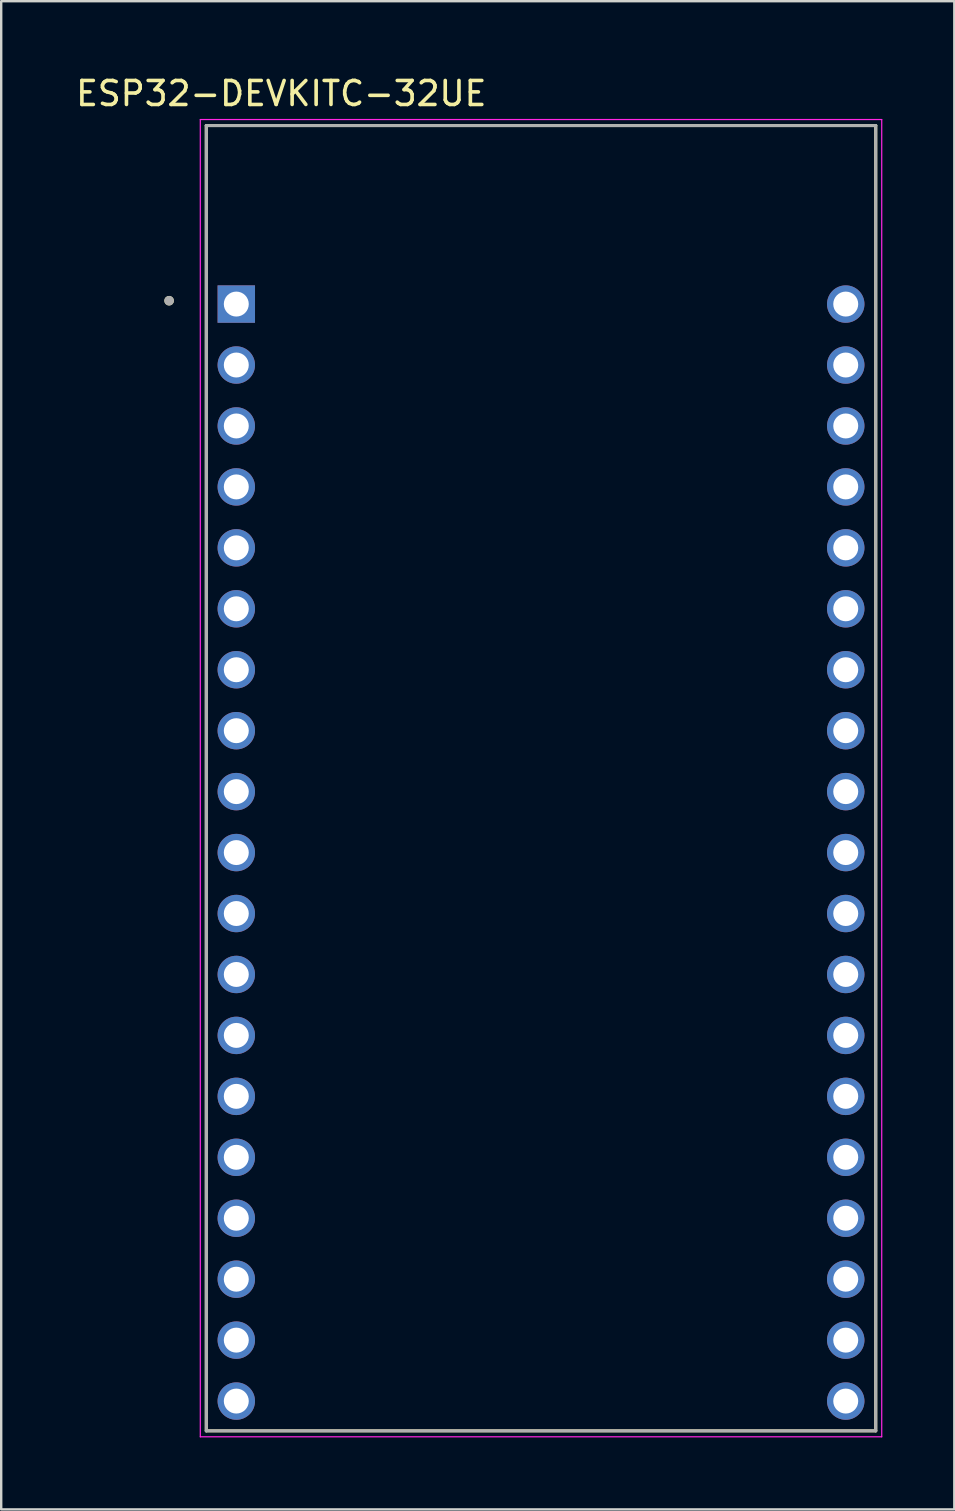
<source format=kicad_pcb>
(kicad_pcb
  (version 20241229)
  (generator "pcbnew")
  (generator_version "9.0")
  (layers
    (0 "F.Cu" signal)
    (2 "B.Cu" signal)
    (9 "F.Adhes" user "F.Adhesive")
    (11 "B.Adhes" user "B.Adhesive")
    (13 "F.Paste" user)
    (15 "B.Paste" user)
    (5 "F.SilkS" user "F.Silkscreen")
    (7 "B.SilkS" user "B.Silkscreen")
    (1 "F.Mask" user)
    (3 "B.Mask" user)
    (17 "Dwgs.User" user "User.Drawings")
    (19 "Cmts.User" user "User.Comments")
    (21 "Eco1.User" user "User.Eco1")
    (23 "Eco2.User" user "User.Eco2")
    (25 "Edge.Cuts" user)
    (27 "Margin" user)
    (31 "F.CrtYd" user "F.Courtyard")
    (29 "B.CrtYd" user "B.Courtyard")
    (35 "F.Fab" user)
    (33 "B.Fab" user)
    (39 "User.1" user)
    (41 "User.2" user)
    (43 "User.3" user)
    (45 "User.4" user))
  (footprint "ESP32-DEVKITC-32UE"
    (layer "F.Cu")
    (at 19.498 32.483)
    (property "Reference" "ESP32-DEVKITC-32UE" (at -10.825 -31.635 0) (layer "F.SilkS") (effects (font (size 1 1) (thickness 0.15))))
    (attr through_hole)
    (fp_line (start -13.95 -30.3) (end 13.95 -30.3) (stroke (width 0.127) (type solid)) (layer "F.SilkS"))
    (fp_line (start -13.95 24.1) (end -13.95 -30.3) (stroke (width 0.127) (type solid)) (layer "F.SilkS"))
    (fp_line (start 13.95 -30.3) (end 13.95 24.1) (stroke (width 0.127) (type solid)) (layer "F.SilkS"))
    (fp_line (start 13.95 24.1) (end -13.95 24.1) (stroke (width 0.127) (type solid)) (layer "F.SilkS"))
    (fp_circle (center -15.5 -23) (end -15.4 -23) (stroke (width 0.2) (type solid)) (fill no) (layer "F.SilkS"))
    (fp_line (start -14.2 -30.55) (end 14.2 -30.55) (stroke (width 0.05) (type solid)) (layer "F.CrtYd"))
    (fp_line (start -14.2 24.35) (end -14.2 -30.55) (stroke (width 0.05) (type solid)) (layer "F.CrtYd"))
    (fp_line (start 14.2 -30.55) (end 14.2 24.35) (stroke (width 0.05) (type solid)) (layer "F.CrtYd"))
    (fp_line (start 14.2 24.35) (end -14.2 24.35) (stroke (width 0.05) (type solid)) (layer "F.CrtYd"))
    (fp_line (start -13.95 -30.3) (end 13.95 -30.3) (stroke (width 0.127) (type solid)) (layer "F.Fab"))
    (fp_line (start -13.95 24.1) (end -13.95 -30.3) (stroke (width 0.127) (type solid)) (layer "F.Fab"))
    (fp_line (start 13.95 -30.3) (end 13.95 24.1) (stroke (width 0.127) (type solid)) (layer "F.Fab"))
    (fp_line (start 13.95 24.1) (end -13.95 24.1) (stroke (width 0.127) (type solid)) (layer "F.Fab"))
    (fp_circle (center -15.5 -23) (end -15.4 -23) (stroke (width 0.2) (type solid)) (fill no) (layer "F.Fab"))
    (pad "1" thru_hole rect (at -12.7 -22.86) (size 1.56 1.56) (drill 1.04) (layers "*.Cu" "*.Mask"))
    (pad "2" thru_hole circle (at -12.7 -20.32) (size 1.56 1.56) (drill 1.04) (layers "*.Cu" "*.Mask"))
    (pad "3" thru_hole circle (at -12.7 -17.78) (size 1.56 1.56) (drill 1.04) (layers "*.Cu" "*.Mask"))
    (pad "4" thru_hole circle (at -12.7 -15.24) (size 1.56 1.56) (drill 1.04) (layers "*.Cu" "*.Mask"))
    (pad "5" thru_hole circle (at -12.7 -12.7) (size 1.56 1.56) (drill 1.04) (layers "*.Cu" "*.Mask"))
    (pad "6" thru_hole circle (at -12.7 -10.16) (size 1.56 1.56) (drill 1.04) (layers "*.Cu" "*.Mask"))
    (pad "7" thru_hole circle (at -12.7 -7.62) (size 1.56 1.56) (drill 1.04) (layers "*.Cu" "*.Mask"))
    (pad "8" thru_hole circle (at -12.7 -5.08) (size 1.56 1.56) (drill 1.04) (layers "*.Cu" "*.Mask"))
    (pad "9" thru_hole circle (at -12.7 -2.54) (size 1.56 1.56) (drill 1.04) (layers "*.Cu" "*.Mask"))
    (pad "10" thru_hole circle (at -12.7 0) (size 1.56 1.56) (drill 1.04) (layers "*.Cu" "*.Mask"))
    (pad "11" thru_hole circle (at -12.7 2.54) (size 1.56 1.56) (drill 1.04) (layers "*.Cu" "*.Mask"))
    (pad "12" thru_hole circle (at -12.7 5.08) (size 1.56 1.56) (drill 1.04) (layers "*.Cu" "*.Mask"))
    (pad "13" thru_hole circle (at -12.7 7.62) (size 1.56 1.56) (drill 1.04) (layers "*.Cu" "*.Mask"))
    (pad "14" thru_hole circle (at -12.7 10.16) (size 1.56 1.56) (drill 1.04) (layers "*.Cu" "*.Mask"))
    (pad "15" thru_hole circle (at -12.7 12.7) (size 1.56 1.56) (drill 1.04) (layers "*.Cu" "*.Mask"))
    (pad "16" thru_hole circle (at -12.7 15.24) (size 1.56 1.56) (drill 1.04) (layers "*.Cu" "*.Mask"))
    (pad "17" thru_hole circle (at -12.7 17.78) (size 1.56 1.56) (drill 1.04) (layers "*.Cu" "*.Mask"))
    (pad "18" thru_hole circle (at -12.7 20.32) (size 1.56 1.56) (drill 1.04) (layers "*.Cu" "*.Mask"))
    (pad "19" thru_hole circle (at -12.7 22.86) (size 1.56 1.56) (drill 1.04) (layers "*.Cu" "*.Mask"))
    (pad "20" thru_hole circle (at 12.7 -22.86) (size 1.56 1.56) (drill 1.04) (layers "*.Cu" "*.Mask"))
    (pad "21" thru_hole circle (at 12.7 -20.32) (size 1.56 1.56) (drill 1.04) (layers "*.Cu" "*.Mask"))
    (pad "22" thru_hole circle (at 12.7 -17.78) (size 1.56 1.56) (drill 1.04) (layers "*.Cu" "*.Mask"))
    (pad "23" thru_hole circle (at 12.7 -15.24) (size 1.56 1.56) (drill 1.04) (layers "*.Cu" "*.Mask"))
    (pad "24" thru_hole circle (at 12.7 -12.7) (size 1.56 1.56) (drill 1.04) (layers "*.Cu" "*.Mask"))
    (pad "25" thru_hole circle (at 12.7 -10.16) (size 1.56 1.56) (drill 1.04) (layers "*.Cu" "*.Mask"))
    (pad "26" thru_hole circle (at 12.7 -7.62) (size 1.56 1.56) (drill 1.04) (layers "*.Cu" "*.Mask"))
    (pad "27" thru_hole circle (at 12.7 -5.08) (size 1.56 1.56) (drill 1.04) (layers "*.Cu" "*.Mask"))
    (pad "28" thru_hole circle (at 12.7 -2.54) (size 1.56 1.56) (drill 1.04) (layers "*.Cu" "*.Mask"))
    (pad "29" thru_hole circle (at 12.7 0) (size 1.56 1.56) (drill 1.04) (layers "*.Cu" "*.Mask"))
    (pad "30" thru_hole circle (at 12.7 2.54) (size 1.56 1.56) (drill 1.04) (layers "*.Cu" "*.Mask"))
    (pad "31" thru_hole circle (at 12.7 5.08) (size 1.56 1.56) (drill 1.04) (layers "*.Cu" "*.Mask"))
    (pad "32" thru_hole circle (at 12.7 7.62) (size 1.56 1.56) (drill 1.04) (layers "*.Cu" "*.Mask"))
    (pad "33" thru_hole circle (at 12.7 10.16) (size 1.56 1.56) (drill 1.04) (layers "*.Cu" "*.Mask"))
    (pad "34" thru_hole circle (at 12.7 12.7) (size 1.56 1.56) (drill 1.04) (layers "*.Cu" "*.Mask"))
    (pad "35" thru_hole circle (at 12.7 15.24) (size 1.56 1.56) (drill 1.04) (layers "*.Cu" "*.Mask"))
    (pad "36" thru_hole circle (at 12.7 17.78) (size 1.56 1.56) (drill 1.04) (layers "*.Cu" "*.Mask"))
    (pad "37" thru_hole circle (at 12.7 20.32) (size 1.56 1.56) (drill 1.04) (layers "*.Cu" "*.Mask"))
    (pad "38" thru_hole circle (at 12.7 22.86) (size 1.56 1.56) (drill 1.04) (layers "*.Cu" "*.Mask")))
  (gr_rect
    (start -3 -3)
    (end 36.723 59.858)
    (stroke (width 0.1) (type default))
    (fill no)
    (layer "Edge.Cuts")))
</source>
